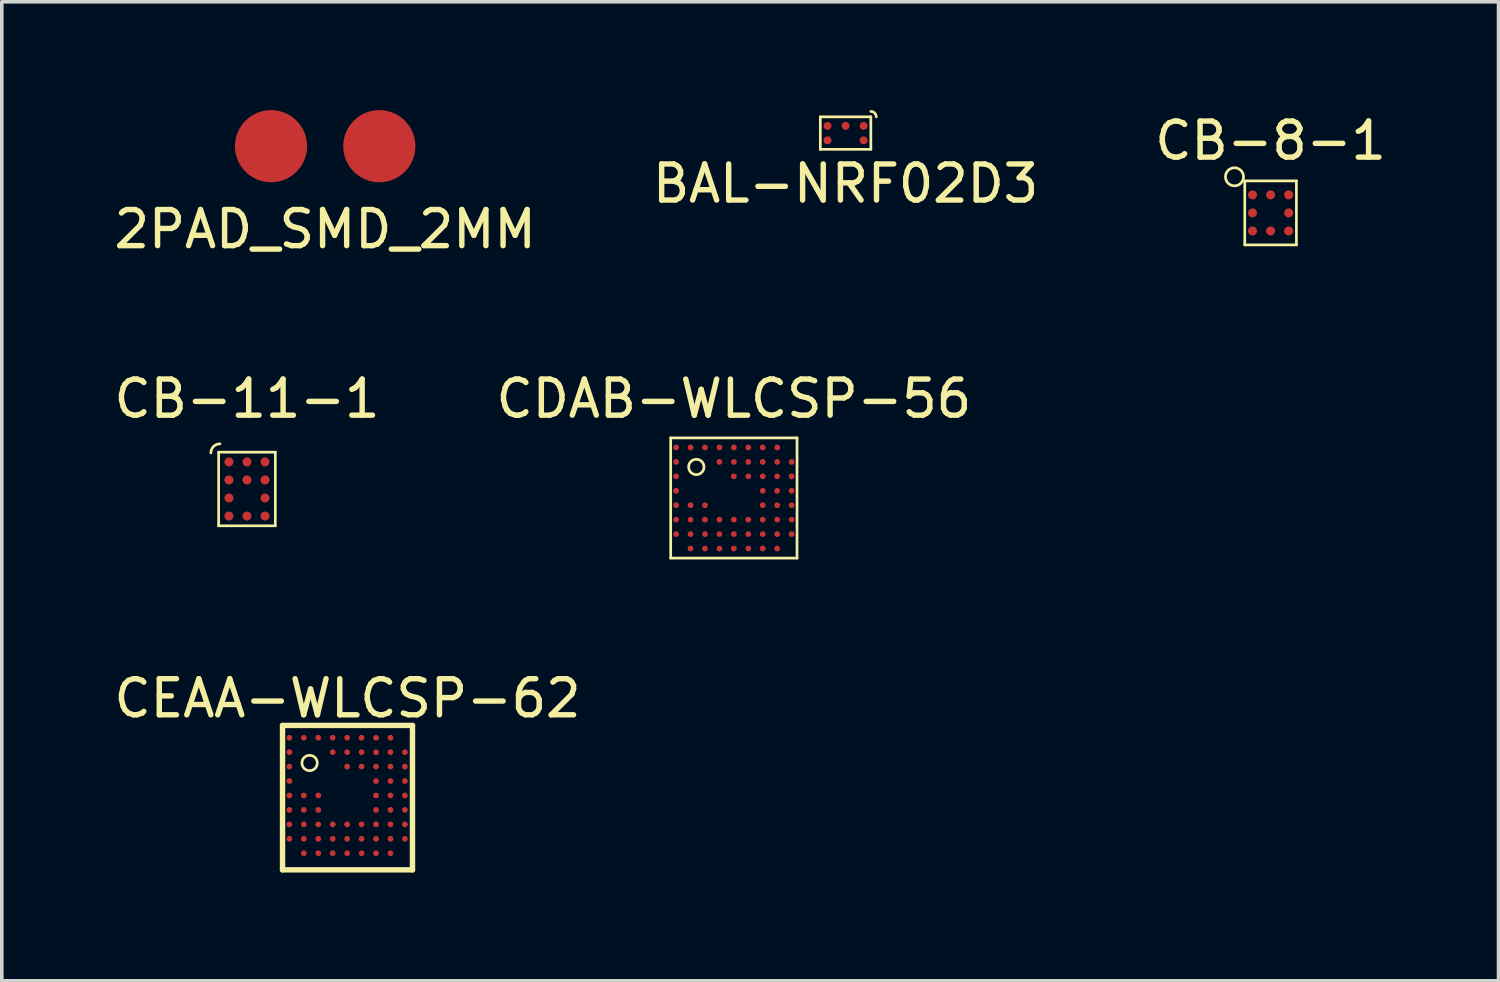
<source format=kicad_pcb>
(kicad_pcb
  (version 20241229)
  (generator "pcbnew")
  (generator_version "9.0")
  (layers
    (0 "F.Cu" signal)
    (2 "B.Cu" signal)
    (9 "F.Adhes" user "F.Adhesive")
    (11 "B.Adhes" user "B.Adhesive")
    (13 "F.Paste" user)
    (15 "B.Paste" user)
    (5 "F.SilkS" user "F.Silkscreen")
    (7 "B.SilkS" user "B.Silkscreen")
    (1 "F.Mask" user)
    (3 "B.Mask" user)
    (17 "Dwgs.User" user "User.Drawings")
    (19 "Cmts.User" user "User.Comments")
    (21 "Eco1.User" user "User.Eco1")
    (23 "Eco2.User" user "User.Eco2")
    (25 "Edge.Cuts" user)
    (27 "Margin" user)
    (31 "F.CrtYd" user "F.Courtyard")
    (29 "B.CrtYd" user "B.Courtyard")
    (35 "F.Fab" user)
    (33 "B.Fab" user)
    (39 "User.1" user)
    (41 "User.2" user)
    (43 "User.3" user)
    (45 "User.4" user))
  (footprint "CDAB-WLCSP-56"
    (layer "F.Cu")
    (at 17.28 10.746)
    (property "Reference" "CDAB-WLCSP-56" (at 0 -2.75 0) (layer "F.SilkS") (effects (font (size 1 1) (thickness 0.15))))
    (attr through_hole)
    (fp_line (start -1.75 -1.665) (end 1.75 -1.665) (stroke (width 0.075) (type solid)) (layer "F.SilkS"))
    (fp_line (start -1.75 1.665) (end -1.75 -1.665) (stroke (width 0.075) (type solid)) (layer "F.SilkS"))
    (fp_line (start 1.75 -1.665) (end 1.75 1.665) (stroke (width 0.075) (type solid)) (layer "F.SilkS"))
    (fp_line (start 1.75 1.665) (end -1.75 1.665) (stroke (width 0.075) (type solid)) (layer "F.SilkS"))
    (fp_circle (center -1.04 -0.86) (end -0.88 -1) (stroke (width 0.075) (type solid)) (fill no) (layer "F.SilkS"))
    (pad "A1" smd circle (at -1.6 -1.4) (size 0.16 0.16) (layers "F.Cu" "F.Mask" "F.Paste"))
    (pad "A2" smd circle (at -1.2 -1.4) (size 0.16 0.16) (layers "F.Cu" "F.Mask" "F.Paste"))
    (pad "A3" smd circle (at -0.8 -1.4) (size 0.16 0.16) (layers "F.Cu" "F.Mask" "F.Paste"))
    (pad "A4" smd circle (at -0.4 -1.4) (size 0.16 0.16) (layers "F.Cu" "F.Mask" "F.Paste"))
    (pad "A5" smd circle (at 0 -1.4) (size 0.16 0.16) (layers "F.Cu" "F.Mask" "F.Paste"))
    (pad "A6" smd circle (at 0.4 -1.4) (size 0.16 0.16) (layers "F.Cu" "F.Mask" "F.Paste"))
    (pad "A7" smd circle (at 0.8 -1.4) (size 0.16 0.16) (layers "F.Cu" "F.Mask" "F.Paste"))
    (pad "A8" smd circle (at 1.2 -1.4) (size 0.16 0.16) (layers "F.Cu" "F.Mask" "F.Paste"))
    (pad "B1" smd circle (at -1.6 -1) (size 0.16 0.16) (layers "F.Cu" "F.Mask" "F.Paste"))
    (pad "B4" smd circle (at -0.4 -1) (size 0.16 0.16) (layers "F.Cu" "F.Mask" "F.Paste"))
    (pad "B5" smd circle (at 0 -1) (size 0.16 0.16) (layers "F.Cu" "F.Mask" "F.Paste"))
    (pad "B6" smd circle (at 0.4 -1) (size 0.16 0.16) (layers "F.Cu" "F.Mask" "F.Paste"))
    (pad "B7" smd circle (at 0.8 -1) (size 0.16 0.16) (layers "F.Cu" "F.Mask" "F.Paste"))
    (pad "B8" smd circle (at 1.2 -1) (size 0.16 0.16) (layers "F.Cu" "F.Mask" "F.Paste"))
    (pad "B9" smd circle (at 1.6 -1) (size 0.16 0.16) (layers "F.Cu" "F.Mask" "F.Paste"))
    (pad "C1" smd circle (at -1.6 -0.6) (size 0.16 0.16) (layers "F.Cu" "F.Mask" "F.Paste"))
    (pad "C5" smd circle (at 0 -0.6) (size 0.16 0.16) (layers "F.Cu" "F.Mask" "F.Paste"))
    (pad "C6" smd circle (at 0.4 -0.6) (size 0.16 0.16) (layers "F.Cu" "F.Mask" "F.Paste"))
    (pad "C7" smd circle (at 0.8 -0.6) (size 0.16 0.16) (layers "F.Cu" "F.Mask" "F.Paste"))
    (pad "C8" smd circle (at 1.2 -0.6) (size 0.16 0.16) (layers "F.Cu" "F.Mask" "F.Paste"))
    (pad "C9" smd circle (at 1.6 -0.6) (size 0.16 0.16) (layers "F.Cu" "F.Mask" "F.Paste"))
    (pad "D1" smd circle (at -1.6 -0.2) (size 0.16 0.16) (layers "F.Cu" "F.Mask" "F.Paste"))
    (pad "D7" smd circle (at 0.8 -0.2) (size 0.16 0.16) (layers "F.Cu" "F.Mask" "F.Paste"))
    (pad "D8" smd circle (at 1.2 -0.2) (size 0.16 0.16) (layers "F.Cu" "F.Mask" "F.Paste"))
    (pad "D9" smd circle (at 1.6 -0.2) (size 0.16 0.16) (layers "F.Cu" "F.Mask" "F.Paste"))
    (pad "E1" smd circle (at -1.6 0.2) (size 0.16 0.16) (layers "F.Cu" "F.Mask" "F.Paste"))
    (pad "E2" smd circle (at -1.2 0.2) (size 0.16 0.16) (layers "F.Cu" "F.Mask" "F.Paste"))
    (pad "E3" smd circle (at -0.8 0.2) (size 0.16 0.16) (layers "F.Cu" "F.Mask" "F.Paste"))
    (pad "E7" smd circle (at 0.8 0.2) (size 0.16 0.16) (layers "F.Cu" "F.Mask" "F.Paste"))
    (pad "E8" smd circle (at 1.2 0.2) (size 0.16 0.16) (layers "F.Cu" "F.Mask" "F.Paste"))
    (pad "E9" smd circle (at 1.6 0.2) (size 0.16 0.16) (layers "F.Cu" "F.Mask" "F.Paste"))
    (pad "F1" smd circle (at -1.6 0.6) (size 0.16 0.16) (layers "F.Cu" "F.Mask" "F.Paste"))
    (pad "F2" smd circle (at -1.2 0.6) (size 0.16 0.16) (layers "F.Cu" "F.Mask" "F.Paste"))
    (pad "F3" smd circle (at -0.8 0.6) (size 0.16 0.16) (layers "F.Cu" "F.Mask" "F.Paste"))
    (pad "F4" smd circle (at -0.4 0.6) (size 0.16 0.16) (layers "F.Cu" "F.Mask" "F.Paste"))
    (pad "F5" smd circle (at 0 0.6) (size 0.16 0.16) (layers "F.Cu" "F.Mask" "F.Paste"))
    (pad "F6" smd circle (at 0.4 0.6) (size 0.16 0.16) (layers "F.Cu" "F.Mask" "F.Paste"))
    (pad "F7" smd circle (at 0.8 0.6) (size 0.16 0.16) (layers "F.Cu" "F.Mask" "F.Paste"))
    (pad "F8" smd circle (at 1.2 0.6) (size 0.16 0.16) (layers "F.Cu" "F.Mask" "F.Paste"))
    (pad "F9" smd circle (at 1.6 0.6) (size 0.16 0.16) (layers "F.Cu" "F.Mask" "F.Paste"))
    (pad "G1" smd circle (at -1.6 1) (size 0.16 0.16) (layers "F.Cu" "F.Mask" "F.Paste"))
    (pad "G2" smd circle (at -1.2 1) (size 0.16 0.16) (layers "F.Cu" "F.Mask" "F.Paste"))
    (pad "G3" smd circle (at -0.8 1) (size 0.16 0.16) (layers "F.Cu" "F.Mask" "F.Paste"))
    (pad "G4" smd circle (at -0.4 1) (size 0.16 0.16) (layers "F.Cu" "F.Mask" "F.Paste"))
    (pad "G5" smd circle (at 0 1) (size 0.16 0.16) (layers "F.Cu" "F.Mask" "F.Paste"))
    (pad "G6" smd circle (at 0.4 1) (size 0.16 0.16) (layers "F.Cu" "F.Mask" "F.Paste"))
    (pad "G7" smd circle (at 0.8 1) (size 0.16 0.16) (layers "F.Cu" "F.Mask" "F.Paste"))
    (pad "G8" smd circle (at 1.2 1) (size 0.16 0.16) (layers "F.Cu" "F.Mask" "F.Paste"))
    (pad "G9" smd circle (at 1.6 1) (size 0.16 0.16) (layers "F.Cu" "F.Mask" "F.Paste"))
    (pad "H2" smd circle (at -1.2 1.4) (size 0.16 0.16) (layers "F.Cu" "F.Mask" "F.Paste"))
    (pad "H3" smd circle (at -0.8 1.4) (size 0.16 0.16) (layers "F.Cu" "F.Mask" "F.Paste"))
    (pad "H4" smd circle (at -0.4 1.4) (size 0.16 0.16) (layers "F.Cu" "F.Mask" "F.Paste"))
    (pad "H5" smd circle (at 0 1.4) (size 0.16 0.16) (layers "F.Cu" "F.Mask" "F.Paste"))
    (pad "H6" smd circle (at 0.4 1.4) (size 0.16 0.16) (layers "F.Cu" "F.Mask" "F.Paste"))
    (pad "H7" smd circle (at 0.8 1.4) (size 0.16 0.16) (layers "F.Cu" "F.Mask" "F.Paste"))
    (pad "H8" smd circle (at 1.2 1.4) (size 0.16 0.16) (layers "F.Cu" "F.Mask" "F.Paste")))
  (footprint "CB-8-1"
    (layer "F.Cu")
    (at 32.149 2.848)
    (property "Reference" "CB-8-1" (at 0 -2 0) (layer "F.SilkS") (effects (font (size 1 1) (thickness 0.15))))
    (attr through_hole)
    (fp_line (start -0.715 -0.887) (end 0.715 -0.887) (stroke (width 0.075) (type solid)) (layer "F.SilkS"))
    (fp_line (start -0.715 0.887) (end -0.715 -0.887) (stroke (width 0.075) (type solid)) (layer "F.SilkS"))
    (fp_line (start 0.715 -0.887) (end 0.715 0.887) (stroke (width 0.075) (type solid)) (layer "F.SilkS"))
    (fp_line (start 0.715 0.887) (end -0.715 0.887) (stroke (width 0.075) (type solid)) (layer "F.SilkS"))
    (fp_circle (center -1 -1) (end -1 -1.25) (stroke (width 0.075) (type solid)) (fill no) (layer "F.SilkS"))
    (pad "A1" smd circle (at -0.5 -0.5) (size 0.25 0.25) (layers "F.Cu" "F.Mask" "F.Paste"))
    (pad "A2" smd circle (at 0 -0.5) (size 0.25 0.25) (layers "F.Cu" "F.Mask" "F.Paste"))
    (pad "A3" smd circle (at 0.5 -0.5) (size 0.25 0.25) (layers "F.Cu" "F.Mask" "F.Paste"))
    (pad "B1" smd circle (at -0.5 0) (size 0.25 0.25) (layers "F.Cu" "F.Mask" "F.Paste"))
    (pad "B3" smd circle (at 0.5 0) (size 0.25 0.25) (layers "F.Cu" "F.Mask" "F.Paste"))
    (pad "C1" smd circle (at -0.5 0.5) (size 0.25 0.25) (layers "F.Cu" "F.Mask" "F.Paste"))
    (pad "C2" smd circle (at 0 0.5) (size 0.25 0.25) (layers "F.Cu" "F.Mask" "F.Paste"))
    (pad "C3" smd circle (at 0.5 0.5) (size 0.25 0.25) (layers "F.Cu" "F.Mask" "F.Paste")))
  (footprint "CB-11-1"
    (layer "F.Cu")
    (at 3.792 10.496)
    (property "Reference" "CB-11-1" (at 0 -2.5 0) (layer "F.SilkS") (effects (font (size 1 1) (thickness 0.15))))
    (attr through_hole)
    (fp_line (start -0.785 -1.02) (end 0.785 -1.02) (stroke (width 0.075) (type solid)) (layer "F.SilkS"))
    (fp_line (start -0.785 1.02) (end -0.785 -1.02) (stroke (width 0.075) (type solid)) (layer "F.SilkS"))
    (fp_line (start 0.785 -1.02) (end 0.785 1.02) (stroke (width 0.075) (type solid)) (layer "F.SilkS"))
    (fp_line (start 0.785 1.02) (end -0.785 1.02) (stroke (width 0.075) (type solid)) (layer "F.SilkS"))
    (fp_arc (start -1 -1) (mid -0.926777 -1.176777) (end -0.75 -1.25) (stroke (width 0.075) (type solid)) (layer "F.SilkS"))
    (pad "A1" smd circle (at -0.5 -0.75) (size 0.25 0.25) (layers "F.Cu" "F.Mask" "F.Paste"))
    (pad "A2" smd circle (at 0 -0.75) (size 0.25 0.25) (layers "F.Cu" "F.Mask" "F.Paste"))
    (pad "A3" smd circle (at 0.5 -0.75) (size 0.25 0.25) (layers "F.Cu" "F.Mask" "F.Paste"))
    (pad "B1" smd circle (at -0.5 -0.25) (size 0.25 0.25) (layers "F.Cu" "F.Mask" "F.Paste"))
    (pad "B2" smd circle (at 0 -0.25) (size 0.25 0.25) (layers "F.Cu" "F.Mask" "F.Paste"))
    (pad "B3" smd circle (at 0.5 -0.25) (size 0.25 0.25) (layers "F.Cu" "F.Mask" "F.Paste"))
    (pad "C1" smd circle (at -0.5 0.25) (size 0.25 0.25) (layers "F.Cu" "F.Mask" "F.Paste"))
    (pad "C3" smd circle (at 0.5 0.25) (size 0.25 0.25) (layers "F.Cu" "F.Mask" "F.Paste"))
    (pad "D1" smd circle (at -0.5 0.75) (size 0.25 0.25) (layers "F.Cu" "F.Mask" "F.Paste"))
    (pad "D2" smd circle (at 0 0.75) (size 0.25 0.25) (layers "F.Cu" "F.Mask" "F.Paste"))
    (pad "D3" smd circle (at 0.5 0.75) (size 0.25 0.25) (layers "F.Cu" "F.Mask" "F.Paste")))
  (footprint "BAL-NRF02D3"
    (layer "F.Cu")
    (at 20.375 0.637)
    (property "Reference" "BAL-NRF02D3" (at 0 1.4 0) (layer "F.SilkS") (effects (font (size 1 1) (thickness 0.15))))
    (attr through_hole)
    (fp_line (start -0.7 -0.45) (end 0.7 -0.45) (stroke (width 0.075) (type solid)) (layer "F.SilkS"))
    (fp_line (start -0.7 0.45) (end -0.7 -0.45) (stroke (width 0.075) (type solid)) (layer "F.SilkS"))
    (fp_line (start 0.7 -0.45) (end 0.7 0.45) (stroke (width 0.075) (type solid)) (layer "F.SilkS"))
    (fp_line (start 0.7 0.45) (end -0.7 0.45) (stroke (width 0.075) (type solid)) (layer "F.SilkS"))
    (fp_arc (start 0.7 -0.6) (mid 0.806066 -0.556066) (end 0.85 -0.45) (stroke (width 0.075) (type solid)) (layer "F.SilkS"))
    (pad "A1" smd circle (at 0.5 -0.2) (size 0.22 0.22) (layers "F.Cu" "F.Mask" "F.Paste"))
    (pad "A2" smd circle (at 0 -0.2) (size 0.22 0.22) (layers "F.Cu" "F.Mask" "F.Paste"))
    (pad "A3" smd circle (at -0.5 -0.2) (size 0.22 0.22) (layers "F.Cu" "F.Mask" "F.Paste"))
    (pad "B1" smd circle (at 0.5 0.2) (size 0.22 0.22) (layers "F.Cu" "F.Mask" "F.Paste"))
    (pad "B3" smd circle (at -0.5 0.2) (size 0.22 0.22) (layers "F.Cu" "F.Mask" "F.Paste")))
  (footprint "2PAD_SMD_2MM"
    (layer "F.Cu")
    (at 5.958 1)
    (property "Reference" "2PAD_SMD_2MM" (at 0 2.3 0) (layer "F.SilkS") (effects (font (size 1 1) (thickness 0.15))))
    (attr through_hole)
    (pad "1" smd circle (at -1.5 0) (size 2 2) (layers "F.Cu" "F.Mask" "F.Paste"))
    (pad "2" smd circle (at 1.5 0) (size 2 2) (layers "F.Cu" "F.Mask" "F.Paste")))
  (footprint "CEAA-WLCSP-62"
    (layer "F.Cu")
    (at 6.577 19.047)
    (property "Reference" "CEAA-WLCSP-62" (at 0 -2.75 0) (layer "F.SilkS") (effects (font (size 1 1) (thickness 0.15))))
    (attr through_hole)
    (fp_line (start -1.8 -2) (end 1.8 -2) (stroke (width 0.15) (type solid)) (layer "F.SilkS"))
    (fp_line (start -1.8 2) (end -1.8 -2) (stroke (width 0.15) (type solid)) (layer "F.SilkS"))
    (fp_line (start 1.8 -2) (end 1.8 2) (stroke (width 0.15) (type solid)) (layer "F.SilkS"))
    (fp_line (start 1.8 2) (end -1.8 2) (stroke (width 0.15) (type solid)) (layer "F.SilkS"))
    (fp_circle (center -1.05 -0.96) (end -0.89 -1.1) (stroke (width 0.075) (type solid)) (fill no) (layer "F.SilkS"))
    (pad "A1" smd circle (at -1.61 -1.66) (size 0.16 0.16) (layers "F.Cu" "F.Mask" "F.Paste"))
    (pad "A2" smd circle (at -1.21 -1.66) (size 0.16 0.16) (layers "F.Cu" "F.Mask" "F.Paste"))
    (pad "A3" smd circle (at -0.81 -1.66) (size 0.16 0.16) (layers "F.Cu" "F.Mask" "F.Paste"))
    (pad "A4" smd circle (at -0.41 -1.66) (size 0.16 0.16) (layers "F.Cu" "F.Mask" "F.Paste"))
    (pad "A5" smd circle (at -0.01 -1.66) (size 0.16 0.16) (layers "F.Cu" "F.Mask" "F.Paste"))
    (pad "A6" smd circle (at 0.39 -1.66) (size 0.16 0.16) (layers "F.Cu" "F.Mask" "F.Paste"))
    (pad "A7" smd circle (at 0.79 -1.66) (size 0.16 0.16) (layers "F.Cu" "F.Mask" "F.Paste"))
    (pad "A8" smd circle (at 1.19 -1.66) (size 0.16 0.16) (layers "F.Cu" "F.Mask" "F.Paste"))
    (pad "B1" smd circle (at -1.61 -1.26) (size 0.16 0.16) (layers "F.Cu" "F.Mask" "F.Paste"))
    (pad "B4" smd circle (at -0.41 -1.26) (size 0.16 0.16) (layers "F.Cu" "F.Mask" "F.Paste"))
    (pad "B5" smd circle (at -0.01 -1.26) (size 0.16 0.16) (layers "F.Cu" "F.Mask" "F.Paste"))
    (pad "B6" smd circle (at 0.39 -1.26) (size 0.16 0.16) (layers "F.Cu" "F.Mask" "F.Paste"))
    (pad "B7" smd circle (at 0.79 -1.26) (size 0.16 0.16) (layers "F.Cu" "F.Mask" "F.Paste"))
    (pad "B8" smd circle (at 1.19 -1.26) (size 0.16 0.16) (layers "F.Cu" "F.Mask" "F.Paste"))
    (pad "B9" smd circle (at 1.59 -1.26) (size 0.16 0.16) (layers "F.Cu" "F.Mask" "F.Paste"))
    (pad "C1" smd circle (at -1.61 -0.86) (size 0.16 0.16) (layers "F.Cu" "F.Mask" "F.Paste"))
    (pad "C5" smd circle (at -0.01 -0.86) (size 0.16 0.16) (layers "F.Cu" "F.Mask" "F.Paste"))
    (pad "C6" smd circle (at 0.39 -0.86) (size 0.16 0.16) (layers "F.Cu" "F.Mask" "F.Paste"))
    (pad "C7" smd circle (at 0.79 -0.86) (size 0.16 0.16) (layers "F.Cu" "F.Mask" "F.Paste"))
    (pad "C8" smd circle (at 1.19 -0.86) (size 0.16 0.16) (layers "F.Cu" "F.Mask" "F.Paste"))
    (pad "C9" smd circle (at 1.59 -0.86) (size 0.16 0.16) (layers "F.Cu" "F.Mask" "F.Paste"))
    (pad "D1" smd circle (at -1.61 -0.46) (size 0.16 0.16) (layers "F.Cu" "F.Mask" "F.Paste"))
    (pad "D7" smd circle (at 0.79 -0.46) (size 0.16 0.16) (layers "F.Cu" "F.Mask" "F.Paste"))
    (pad "D8" smd circle (at 1.19 -0.46) (size 0.16 0.16) (layers "F.Cu" "F.Mask" "F.Paste"))
    (pad "D9" smd circle (at 1.59 -0.46) (size 0.16 0.16) (layers "F.Cu" "F.Mask" "F.Paste"))
    (pad "E1" smd circle (at -1.61 -0.06) (size 0.16 0.16) (layers "F.Cu" "F.Mask" "F.Paste"))
    (pad "E2" smd circle (at -1.21 -0.06) (size 0.16 0.16) (layers "F.Cu" "F.Mask" "F.Paste"))
    (pad "E3" smd circle (at -0.81 -0.06) (size 0.16 0.16) (layers "F.Cu" "F.Mask" "F.Paste"))
    (pad "E7" smd circle (at 0.79 -0.06) (size 0.16 0.16) (layers "F.Cu" "F.Mask" "F.Paste"))
    (pad "E8" smd circle (at 1.19 -0.06) (size 0.16 0.16) (layers "F.Cu" "F.Mask" "F.Paste"))
    (pad "E9" smd circle (at 1.59 -0.06) (size 0.16 0.16) (layers "F.Cu" "F.Mask" "F.Paste"))
    (pad "F1" smd circle (at -1.61 0.34) (size 0.16 0.16) (layers "F.Cu" "F.Mask" "F.Paste"))
    (pad "F2" smd circle (at -1.21 0.34) (size 0.16 0.16) (layers "F.Cu" "F.Mask" "F.Paste"))
    (pad "F3" smd circle (at -0.81 0.34) (size 0.16 0.16) (layers "F.Cu" "F.Mask" "F.Paste"))
    (pad "F7" smd circle (at 0.79 0.34) (size 0.16 0.16) (layers "F.Cu" "F.Mask" "F.Paste"))
    (pad "F8" smd circle (at 1.19 0.34) (size 0.16 0.16) (layers "F.Cu" "F.Mask" "F.Paste"))
    (pad "F9" smd circle (at 1.59 0.34) (size 0.16 0.16) (layers "F.Cu" "F.Mask" "F.Paste"))
    (pad "G1" smd circle (at -1.61 0.74) (size 0.16 0.16) (layers "F.Cu" "F.Mask" "F.Paste"))
    (pad "G2" smd circle (at -1.21 0.74) (size 0.16 0.16) (layers "F.Cu" "F.Mask" "F.Paste"))
    (pad "G3" smd circle (at -0.81 0.74) (size 0.16 0.16) (layers "F.Cu" "F.Mask" "F.Paste"))
    (pad "G4" smd circle (at -0.41 0.74) (size 0.16 0.16) (layers "F.Cu" "F.Mask" "F.Paste"))
    (pad "G5" smd circle (at -0.01 0.74) (size 0.16 0.16) (layers "F.Cu" "F.Mask" "F.Paste"))
    (pad "G6" smd circle (at 0.39 0.74) (size 0.16 0.16) (layers "F.Cu" "F.Mask" "F.Paste"))
    (pad "G7" smd circle (at 0.79 0.74) (size 0.16 0.16) (layers "F.Cu" "F.Mask" "F.Paste"))
    (pad "G8" smd circle (at 1.19 0.74) (size 0.16 0.16) (layers "F.Cu" "F.Mask" "F.Paste"))
    (pad "G9" smd circle (at 1.59 0.74) (size 0.16 0.16) (layers "F.Cu" "F.Mask" "F.Paste"))
    (pad "H1" smd circle (at -1.61 1.14) (size 0.16 0.16) (layers "F.Cu" "F.Mask" "F.Paste"))
    (pad "H2" smd circle (at -1.21 1.14) (size 0.16 0.16) (layers "F.Cu" "F.Mask" "F.Paste"))
    (pad "H3" smd circle (at -0.81 1.14) (size 0.16 0.16) (layers "F.Cu" "F.Mask" "F.Paste"))
    (pad "H4" smd circle (at -0.41 1.14) (size 0.16 0.16) (layers "F.Cu" "F.Mask" "F.Paste"))
    (pad "H5" smd circle (at -0.01 1.14) (size 0.16 0.16) (layers "F.Cu" "F.Mask" "F.Paste"))
    (pad "H6" smd circle (at 0.39 1.14) (size 0.16 0.16) (layers "F.Cu" "F.Mask" "F.Paste"))
    (pad "H7" smd circle (at 0.79 1.14) (size 0.16 0.16) (layers "F.Cu" "F.Mask" "F.Paste"))
    (pad "H8" smd circle (at 1.19 1.14) (size 0.16 0.16) (layers "F.Cu" "F.Mask" "F.Paste"))
    (pad "H9" smd circle (at 1.59 1.14) (size 0.16 0.16) (layers "F.Cu" "F.Mask" "F.Paste"))
    (pad "J2" smd circle (at -1.21 1.54) (size 0.16 0.16) (layers "F.Cu" "F.Mask" "F.Paste"))
    (pad "J3" smd circle (at -0.81 1.54) (size 0.16 0.16) (layers "F.Cu" "F.Mask" "F.Paste"))
    (pad "J4" smd circle (at -0.41 1.54) (size 0.16 0.16) (layers "F.Cu" "F.Mask" "F.Paste"))
    (pad "J5" smd circle (at -0.01 1.54) (size 0.16 0.16) (layers "F.Cu" "F.Mask" "F.Paste"))
    (pad "J6" smd circle (at 0.39 1.54) (size 0.16 0.16) (layers "F.Cu" "F.Mask" "F.Paste"))
    (pad "J7" smd circle (at 0.79 1.54) (size 0.16 0.16) (layers "F.Cu" "F.Mask" "F.Paste"))
    (pad "J8" smd circle (at 1.19 1.54) (size 0.16 0.16) (layers "F.Cu" "F.Mask" "F.Paste")))
  (gr_rect
    (start -3 -3)
    (end 38.464 24.122)
    (stroke (width 0.1) (type default))
    (fill no)
    (layer "Edge.Cuts")))
</source>
